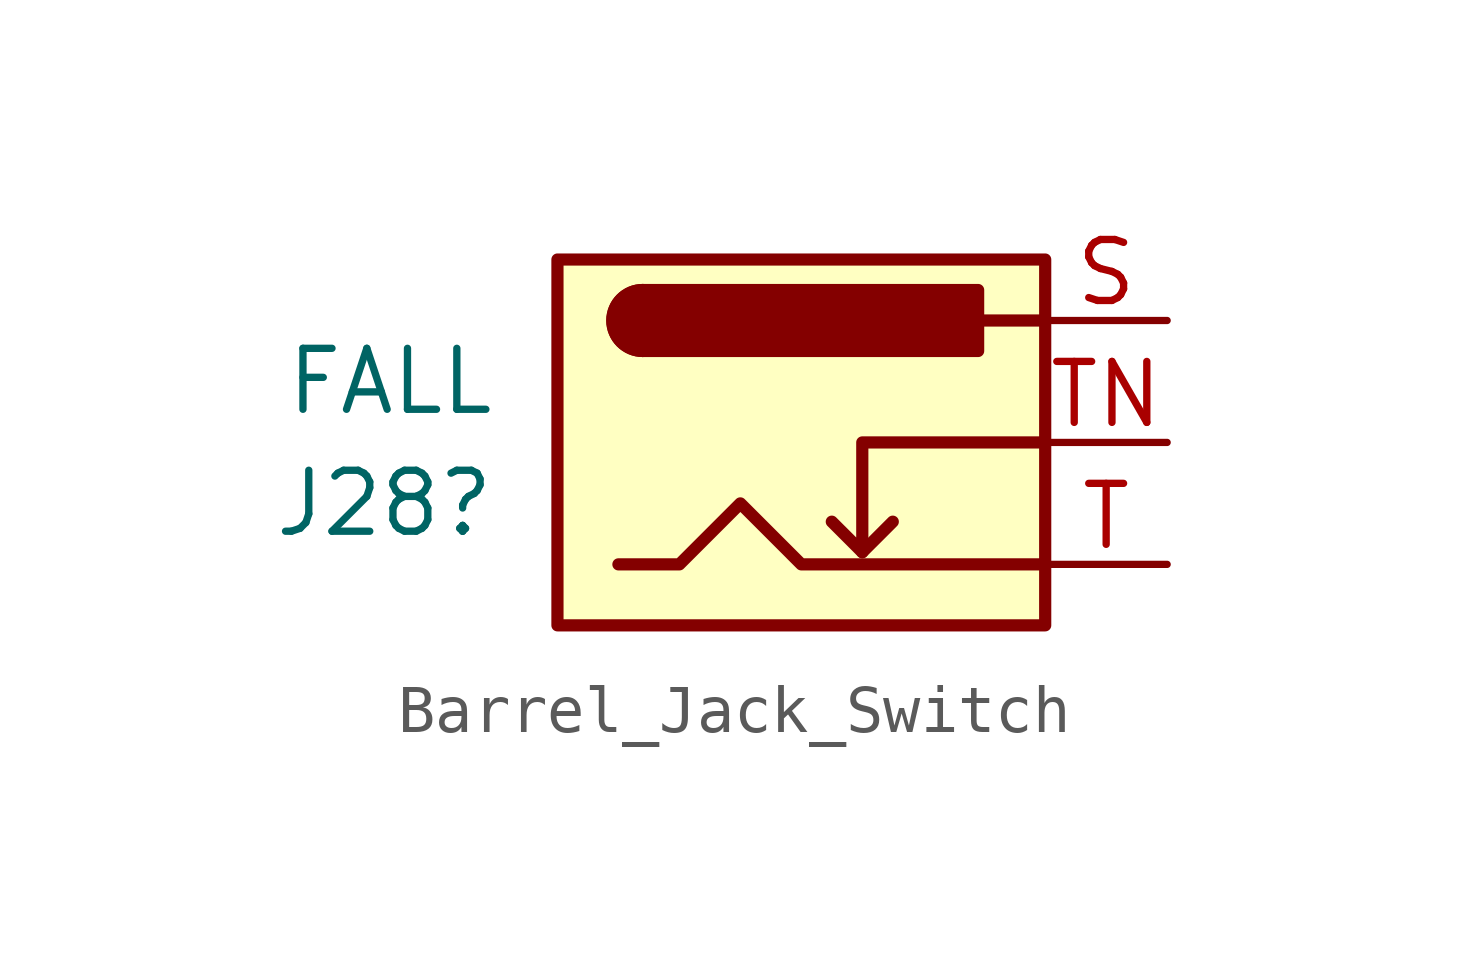
<source format=kicad_sym>
(kicad_symbol_lib
  (version 20231120)
  (generator "kicad_symbol_editor")
  (generator_version "8.0")
  (symbol "Barrel_Jack_Switch"
    (pin_names hide)
    (property "Reference" "J28"
      (at -6.35 -1.27 0)
      (effects (font (size 1.27 1.27)) (justify right)))
    (property "Value" "FALL"
      (at -6.35 1.27 0)
      (effects (font (size 1.27 1.27)) (justify right)))
    (symbol "Barrel_Jack_Switch_0_1"
      (rectangle (start -5.08 3.81) (end 5.08 -3.81) (stroke (width 0.254) (type default)) (fill (type background)))
      (arc (start -3.302 3.175) (mid -3.9343 2.54) (end -3.302 1.905) (stroke (width 0.254) (type default)) (fill (type none)))
      (arc (start -3.302 3.175) (mid -3.9343 2.54) (end -3.302 1.905) (stroke (width 0.254) (type default)) (fill (type outline)))
      (polyline (pts (xy 1.27 -2.286) (xy 1.905 -1.651)) (stroke (width 0.254) (type default)) (fill (type none)))
      (polyline (pts (xy 5.08 2.54) (xy 3.81 2.54)) (stroke (width 0.254) (type default)) (fill (type none)))
      (polyline (pts (xy 5.08 0) (xy 1.27 0) (xy 1.27 -2.286) (xy 0.635 -1.651)) (stroke (width 0.254) (type default)) (fill (type none)))
      (polyline (pts (xy -3.81 -2.54) (xy -2.54 -2.54) (xy -1.27 -1.27) (xy 0 -2.54) (xy 2.54 -2.54) (xy 5.08 -2.54)) (stroke (width 0.254) (type default)) (fill (type none)))
      (rectangle (start 3.683 3.175) (end -3.302 1.905) (stroke (width 0.254) (type default)) (fill (type outline))))
    (symbol "Barrel_Jack_Switch_1_1"
      (pin passive line (at 7.62 2.54 180) (length 2.54) (name "~" (effects (font (size 1.27 1.27)))) (number "S" (effects (font (size 1.27 1.27)))))
      (pin passive line (at 7.62 -2.54 180) (length 2.54) (name "~" (effects (font (size 1.27 1.27)))) (number "T" (effects (font (size 1.27 1.27)))))
      (pin passive line (at 7.62 0 180) (length 2.54) (name "~" (effects (font (size 1.27 1.27)))) (number "TN" (effects (font (size 1.27 1.27))))))))
</source>
